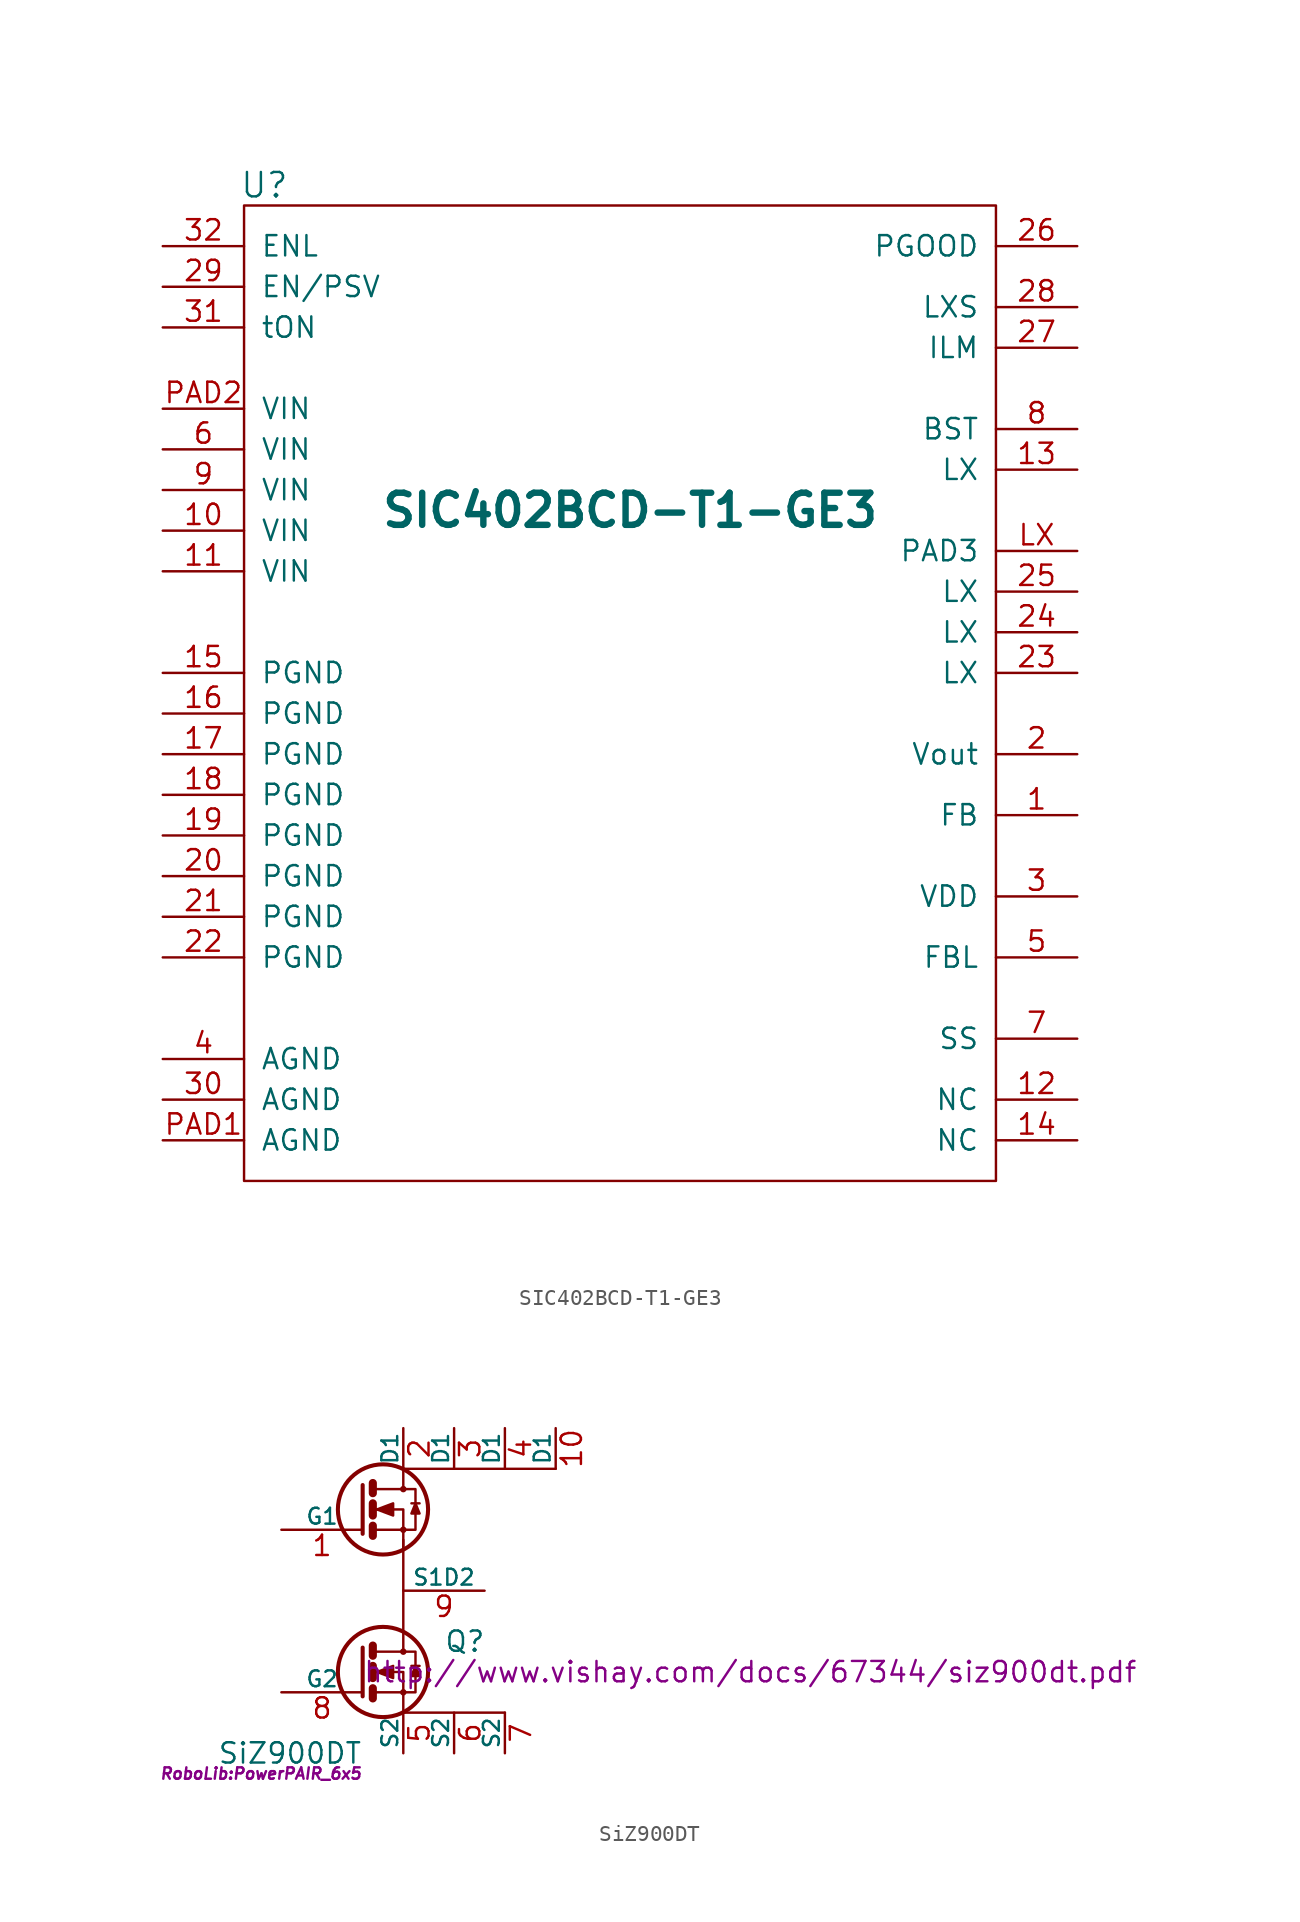
<source format=kicad_sym>
(kicad_symbol_lib
  (version 20211014)
  (generator kicad_symbol_editor)
  (symbol "SIC402BCD-T1-GE3"
    (pin_names
      (offset 1.016))
    (property "Reference" "U"
      (at -22.86 33.02 0)
      (effects (font (size 1.524 1.524))))
    (property "Value" "SIC402BCD-T1-GE3"
      (at 0 12.7 0)
      (effects (font (size 2.007 2.007) bold)))
    (property "Footprint" ""
      (at 12.7 33.02 0)
      (effects (font (size 1.524 1.524))))
    (property "Datasheet" ""
      (at 12.7 33.02 0)
      (effects (font (size 1.524 1.524))))
    (symbol "SIC402BCD-T1-GE3_0_1"
      (rectangle (start -24.13 31.75) (end 22.86 -29.21) (stroke (width 0) (type default) (color 0 0 0 0)) (fill (type none))))
    (symbol "SIC402BCD-T1-GE3_1_1"
      (pin input line (at 27.94 -6.35 180) (length 5.08) (name "FB" (effects (font (size 1.27 1.27)))) (number "1" (effects (font (size 1.27 1.27)))))
      (pin bidirectional line (at -29.21 11.43 0) (length 5.08) (name "VIN" (effects (font (size 1.27 1.27)))) (number "10" (effects (font (size 1.27 1.27)))))
      (pin bidirectional line (at -29.21 8.89 0) (length 5.08) (name "VIN" (effects (font (size 1.27 1.27)))) (number "11" (effects (font (size 1.27 1.27)))))
      (pin bidirectional line (at 27.94 -24.13 180) (length 5.08) (name "NC" (effects (font (size 1.27 1.27)))) (number "12" (effects (font (size 1.27 1.27)))))
      (pin bidirectional line (at 27.94 15.24 180) (length 5.08) (name "LX" (effects (font (size 1.27 1.27)))) (number "13" (effects (font (size 1.27 1.27)))))
      (pin bidirectional line (at 27.94 -26.67 180) (length 5.08) (name "NC" (effects (font (size 1.27 1.27)))) (number "14" (effects (font (size 1.27 1.27)))))
      (pin power_in line (at -29.21 2.54 0) (length 5.08) (name "PGND" (effects (font (size 1.27 1.27)))) (number "15" (effects (font (size 1.27 1.27)))))
      (pin power_in line (at -29.21 0 0) (length 5.08) (name "PGND" (effects (font (size 1.27 1.27)))) (number "16" (effects (font (size 1.27 1.27)))))
      (pin power_in line (at -29.21 -2.54 0) (length 5.08) (name "PGND" (effects (font (size 1.27 1.27)))) (number "17" (effects (font (size 1.27 1.27)))))
      (pin power_in line (at -29.21 -5.08 0) (length 5.08) (name "PGND" (effects (font (size 1.27 1.27)))) (number "18" (effects (font (size 1.27 1.27)))))
      (pin power_in line (at -29.21 -7.62 0) (length 5.08) (name "PGND" (effects (font (size 1.27 1.27)))) (number "19" (effects (font (size 1.27 1.27)))))
      (pin bidirectional line (at 27.94 -2.54 180) (length 5.08) (name "Vout" (effects (font (size 1.27 1.27)))) (number "2" (effects (font (size 1.27 1.27)))))
      (pin power_in line (at -29.21 -10.16 0) (length 5.08) (name "PGND" (effects (font (size 1.27 1.27)))) (number "20" (effects (font (size 1.27 1.27)))))
      (pin power_in line (at -29.21 -12.7 0) (length 5.08) (name "PGND" (effects (font (size 1.27 1.27)))) (number "21" (effects (font (size 1.27 1.27)))))
      (pin power_in line (at -29.21 -15.24 0) (length 5.08) (name "PGND" (effects (font (size 1.27 1.27)))) (number "22" (effects (font (size 1.27 1.27)))))
      (pin power_out line (at 27.94 2.54 180) (length 5.08) (name "LX" (effects (font (size 1.27 1.27)))) (number "23" (effects (font (size 1.27 1.27)))))
      (pin power_out line (at 27.94 5.08 180) (length 5.08) (name "LX" (effects (font (size 1.27 1.27)))) (number "24" (effects (font (size 1.27 1.27)))))
      (pin power_out line (at 27.94 7.62 180) (length 5.08) (name "LX" (effects (font (size 1.27 1.27)))) (number "25" (effects (font (size 1.27 1.27)))))
      (pin output line (at 27.94 29.21 180) (length 5.08) (name "PGOOD" (effects (font (size 1.27 1.27)))) (number "26" (effects (font (size 1.27 1.27)))))
      (pin bidirectional line (at 27.94 22.86 180) (length 5.08) (name "ILM" (effects (font (size 1.27 1.27)))) (number "27" (effects (font (size 1.27 1.27)))))
      (pin bidirectional line (at 27.94 25.4 180) (length 5.08) (name "LXS" (effects (font (size 1.27 1.27)))) (number "28" (effects (font (size 1.27 1.27)))))
      (pin bidirectional line (at -29.21 26.67 0) (length 5.08) (name "EN/PSV" (effects (font (size 1.27 1.27)))) (number "29" (effects (font (size 1.27 1.27)))))
      (pin bidirectional line (at 27.94 -11.43 180) (length 5.08) (name "VDD" (effects (font (size 1.27 1.27)))) (number "3" (effects (font (size 1.27 1.27)))))
      (pin bidirectional line (at -29.21 -24.13 0) (length 5.08) (name "AGND" (effects (font (size 1.27 1.27)))) (number "30" (effects (font (size 1.27 1.27)))))
      (pin bidirectional line (at -29.21 24.13 0) (length 5.08) (name "tON" (effects (font (size 1.27 1.27)))) (number "31" (effects (font (size 1.27 1.27)))))
      (pin bidirectional line (at -29.21 29.21 0) (length 5.08) (name "ENL" (effects (font (size 1.27 1.27)))) (number "32" (effects (font (size 1.27 1.27)))))
      (pin bidirectional line (at -29.21 -21.59 0) (length 5.08) (name "AGND" (effects (font (size 1.27 1.27)))) (number "4" (effects (font (size 1.27 1.27)))))
      (pin bidirectional line (at 27.94 -15.24 180) (length 5.08) (name "FBL" (effects (font (size 1.27 1.27)))) (number "5" (effects (font (size 1.27 1.27)))))
      (pin power_in line (at -29.21 16.51 0) (length 5.08) (name "VIN" (effects (font (size 1.27 1.27)))) (number "6" (effects (font (size 1.27 1.27)))))
      (pin bidirectional line (at 27.94 -20.32 180) (length 5.08) (name "SS" (effects (font (size 1.27 1.27)))) (number "7" (effects (font (size 1.27 1.27)))))
      (pin bidirectional line (at 27.94 17.78 180) (length 5.08) (name "BST" (effects (font (size 1.27 1.27)))) (number "8" (effects (font (size 1.27 1.27)))))
      (pin bidirectional line (at -29.21 13.97 0) (length 5.08) (name "VIN" (effects (font (size 1.27 1.27)))) (number "9" (effects (font (size 1.27 1.27)))))
      (pin bidirectional line (at 27.94 10.16 180) (length 5.08) (name "PAD3" (effects (font (size 1.27 1.27)))) (number "LX" (effects (font (size 1.27 1.27)))))
      (pin bidirectional line (at -29.21 -26.67 0) (length 5.08) (name "AGND" (effects (font (size 1.27 1.27)))) (number "PAD1" (effects (font (size 1.27 1.27)))))
      (pin bidirectional line (at -29.21 19.05 0) (length 5.08) (name "VIN" (effects (font (size 1.27 1.27)))) (number "PAD2" (effects (font (size 1.27 1.27)))))))
  (symbol "SiZ900DT"
    (pin_names
      (offset 0))
    (property "Reference" "Q"
      (at 5.08 1.905 0)
      (effects (font (size 1.27 1.27)) (justify left)))
    (property "Value" "SiZ900DT"
      (at 0 -5.08 0)
      (effects (font (size 1.27 1.27)) (justify right)))
    (property "Footprint" "RoboLib:PowerPAIR_6x5"
      (at 0 -6.35 0)
      (effects (font (size 0.711 0.711) italic) (justify right)))
    (property "Datasheet" "http://www.vishay.com/docs/67344/siz900dt.pdf"
      (at 0 0 0)
      (effects (font (size 1.27 1.27)) (justify left)))
    (symbol "SiZ900DT_0_0"
      (polyline (pts (xy 2.54 8.255) (xy 2.54 2.54)) (stroke (width 0) (type default) (color 0 0 0 0)) (fill (type none)))
      (polyline (pts (xy 12.065 12.7) (xy 2.54 12.7)) (stroke (width 0) (type default) (color 0 0 0 0)) (fill (type none)))
      (polyline (pts (xy 8.89 -2.54) (xy 5.715 -2.54) (xy 2.54 -2.54)) (stroke (width 0) (type default) (color 0 0 0 0)) (fill (type none))))
    (symbol "SiZ900DT_0_1"
      (polyline (pts (xy 0.635 -1.016) (xy 0.635 -1.651)) (stroke (width 0.508) (type default) (color 0 0 0 0)) (fill (type none)))
      (polyline (pts (xy 0.635 0.381) (xy 0.635 -0.381)) (stroke (width 0.508) (type default) (color 0 0 0 0)) (fill (type none)))
      (polyline (pts (xy 0.635 1.651) (xy 0.635 1.016)) (stroke (width 0.508) (type default) (color 0 0 0 0)) (fill (type none)))
      (polyline (pts (xy 0.635 9.144) (xy 0.635 8.509)) (stroke (width 0.508) (type default) (color 0 0 0 0)) (fill (type none)))
      (polyline (pts (xy 0.635 10.541) (xy 0.635 9.779)) (stroke (width 0.508) (type default) (color 0 0 0 0)) (fill (type none)))
      (polyline (pts (xy 0.635 11.811) (xy 0.635 11.176)) (stroke (width 0.508) (type default) (color 0 0 0 0)) (fill (type none)))
      (polyline (pts (xy 3.048 0.381) (xy 3.556 0.381)) (stroke (width 0) (type default) (color 0 0 0 0)) (fill (type none)))
      (polyline (pts (xy 3.048 10.541) (xy 3.556 10.541)) (stroke (width 0) (type default) (color 0 0 0 0)) (fill (type none)))
      (polyline (pts (xy 0 1.524) (xy 0 -1.524) (xy 0 -1.524)) (stroke (width 0.254) (type default) (color 0 0 0 0)) (fill (type none)))
      (polyline (pts (xy 0 11.684) (xy 0 8.636) (xy 0 8.636)) (stroke (width 0.254) (type default) (color 0 0 0 0)) (fill (type none)))
      (polyline (pts (xy 0.762 -1.27) (xy 2.54 -1.27) (xy 2.54 -2.54) (xy 2.54 -2.54)) (stroke (width 0) (type default) (color 0 0 0 0)) (fill (type none)))
      (polyline (pts (xy 0.762 1.27) (xy 2.54 1.27) (xy 2.54 2.54) (xy 2.54 2.54)) (stroke (width 0) (type default) (color 0 0 0 0)) (fill (type none)))
      (polyline (pts (xy 0.762 8.89) (xy 2.54 8.89) (xy 2.54 7.62) (xy 2.54 7.62)) (stroke (width 0) (type default) (color 0 0 0 0)) (fill (type none)))
      (polyline (pts (xy 0.762 11.43) (xy 2.54 11.43) (xy 2.54 12.7) (xy 2.54 12.7)) (stroke (width 0) (type default) (color 0 0 0 0)) (fill (type none)))
      (polyline (pts (xy 2.54 1.27) (xy 3.302 1.27) (xy 3.302 -1.27) (xy 2.54 -1.27)) (stroke (width 0) (type default) (color 0 0 0 0)) (fill (type none)))
      (polyline (pts (xy 2.54 11.43) (xy 3.302 11.43) (xy 3.302 8.89) (xy 2.54 8.89)) (stroke (width 0) (type default) (color 0 0 0 0)) (fill (type none)))
      (polyline (pts (xy 3.302 0.381) (xy 3.048 -0.254) (xy 3.556 -0.254) (xy 3.302 0.381)) (stroke (width 0) (type default) (color 0 0 0 0)) (fill (type outline)))
      (polyline (pts (xy 3.302 10.541) (xy 3.048 9.906) (xy 3.556 9.906) (xy 3.302 10.541)) (stroke (width 0) (type default) (color 0 0 0 0)) (fill (type outline)))
      (polyline (pts (xy 0.762 0) (xy 1.27 0) (xy 2.54 0) (xy 2.54 -1.27) (xy 2.54 -1.27)) (stroke (width 0) (type default) (color 0 0 0 0)) (fill (type none)))
      (polyline (pts (xy 0.762 10.16) (xy 1.27 10.16) (xy 2.54 10.16) (xy 2.54 8.89) (xy 2.54 8.89)) (stroke (width 0) (type default) (color 0 0 0 0)) (fill (type none)))
      (polyline (pts (xy 0.889 0) (xy 1.905 0.381) (xy 1.905 -0.381) (xy 0.889 0) (xy 1.016 0) (xy 1.016 0)) (stroke (width 0) (type default) (color 0 0 0 0)) (fill (type outline)))
      (polyline (pts (xy 0.889 10.16) (xy 1.905 10.541) (xy 1.905 9.779) (xy 0.889 10.16) (xy 1.016 10.16) (xy 1.016 10.16)) (stroke (width 0) (type default) (color 0 0 0 0)) (fill (type outline)))
      (circle (center 1.27 0) (radius 2.819) (stroke (width 0.254) (type default) (color 0 0 0 0)) (fill (type none)))
      (circle (center 1.27 10.16) (radius 2.819) (stroke (width 0.254) (type default) (color 0 0 0 0)) (fill (type none)))
      (circle (center 2.54 -1.27) (radius 0.127) (stroke (width 0) (type default) (color 0 0 0 0)) (fill (type none)))
      (circle (center 2.54 1.27) (radius 0.127) (stroke (width 0) (type default) (color 0 0 0 0)) (fill (type none)))
      (circle (center 2.54 8.89) (radius 0.127) (stroke (width 0) (type default) (color 0 0 0 0)) (fill (type none)))
      (circle (center 2.54 11.43) (radius 0.127) (stroke (width 0) (type default) (color 0 0 0 0)) (fill (type none))))
    (symbol "SiZ900DT_1_1"
      (pin passive line (at -5.08 8.89 0) (length 5.08) (name "G1" (effects (font (size 0.991 0.991)))) (number "1" (effects (font (size 1.27 1.27)))))
      (pin passive line (at 12.065 15.24 270) (length 2.54) (name "D1" (effects (font (size 0.991 0.991)))) (number "10" (effects (font (size 1.27 1.27)))))
      (pin passive line (at 2.54 15.24 270) (length 2.54) (name "D1" (effects (font (size 0.991 0.991)))) (number "2" (effects (font (size 1.27 1.27)))))
      (pin passive line (at 5.715 15.24 270) (length 2.54) (name "D1" (effects (font (size 0.991 0.991)))) (number "3" (effects (font (size 1.27 1.27)))))
      (pin passive line (at 8.89 15.24 270) (length 2.54) (name "D1" (effects (font (size 0.991 0.991)))) (number "4" (effects (font (size 1.27 1.27)))))
      (pin passive line (at 2.54 -5.08 90) (length 2.54) (name "S2" (effects (font (size 0.991 0.991)))) (number "5" (effects (font (size 1.27 1.27)))))
      (pin passive line (at 5.715 -5.08 90) (length 2.54) (name "S2" (effects (font (size 0.991 0.991)))) (number "6" (effects (font (size 1.27 1.27)))))
      (pin passive line (at 8.89 -5.08 90) (length 2.54) (name "S2" (effects (font (size 0.991 0.991)))) (number "7" (effects (font (size 1.27 1.27)))))
      (pin passive line (at -5.08 -1.27 0) (length 5.08) (name "G2" (effects (font (size 0.991 0.991)))) (number "8" (effects (font (size 1.27 1.27)))))
      (pin passive line (at 7.62 5.08 180) (length 5.08) (name "S1D2" (effects (font (size 0.991 0.991)))) (number "9" (effects (font (size 1.27 1.27))))))))
</source>
